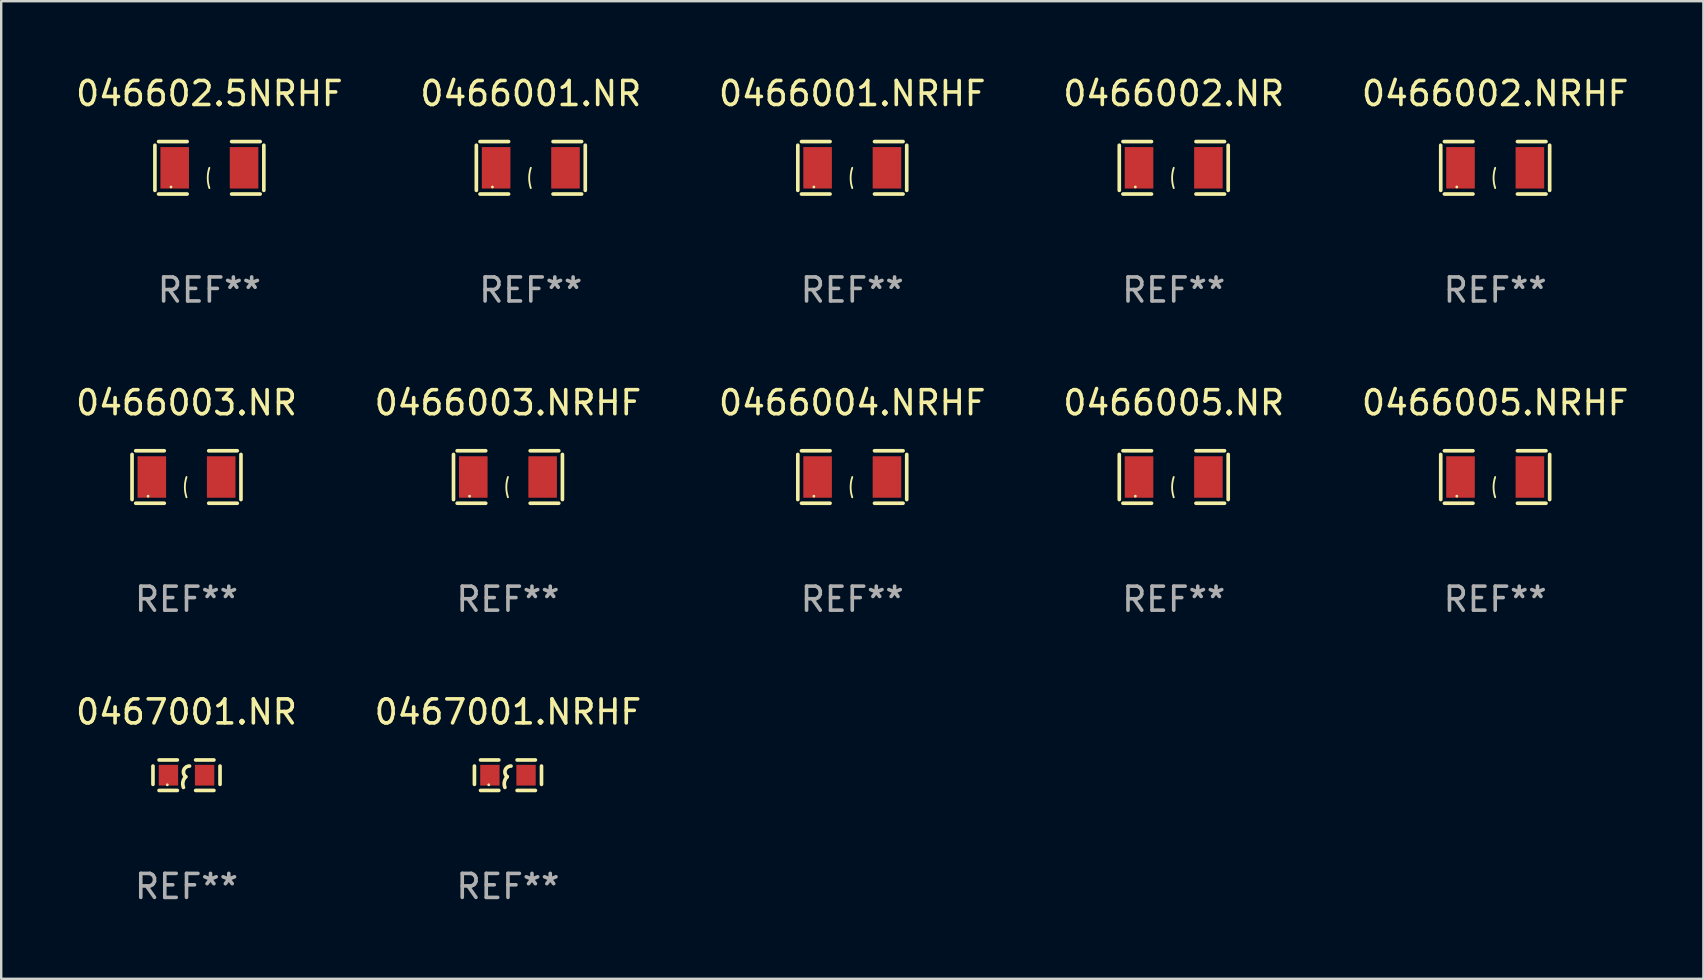
<source format=kicad_pcb>
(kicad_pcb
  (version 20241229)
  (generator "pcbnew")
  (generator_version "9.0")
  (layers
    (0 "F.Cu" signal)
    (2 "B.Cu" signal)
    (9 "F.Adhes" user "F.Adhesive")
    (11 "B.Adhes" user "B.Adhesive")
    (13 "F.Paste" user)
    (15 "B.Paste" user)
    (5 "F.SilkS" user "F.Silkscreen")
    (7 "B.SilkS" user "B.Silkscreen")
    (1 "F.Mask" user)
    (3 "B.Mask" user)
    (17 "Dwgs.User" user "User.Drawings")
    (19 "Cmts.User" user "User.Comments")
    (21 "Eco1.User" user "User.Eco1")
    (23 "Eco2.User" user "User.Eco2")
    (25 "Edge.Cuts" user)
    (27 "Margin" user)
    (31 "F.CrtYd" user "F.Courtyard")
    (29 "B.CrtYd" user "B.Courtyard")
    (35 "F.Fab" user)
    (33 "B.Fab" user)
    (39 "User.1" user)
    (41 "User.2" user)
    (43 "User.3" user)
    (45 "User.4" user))
  (footprint "0466004.NRHF"
    (layer "F.Cu")
    (at 32.458 16.823)
    (property "Reference" "0466004.NRHF" (at 0 -3.093 0) (layer "F.SilkS") (effects (font (size 1 1) (thickness 0.15))))
    (attr through_hole)
    (fp_line (start -2.269 -0.94) (end -2.269 0.94) (stroke (width 0.152) (type solid)) (layer "F.SilkS"))
    (fp_line (start -2.116 1.093) (end -0.926 1.093) (stroke (width 0.152) (type solid)) (layer "F.SilkS"))
    (fp_line (start -0.926 -1.093) (end -2.116 -1.093) (stroke (width 0.152) (type solid)) (layer "F.SilkS"))
    (fp_line (start 0.926 -1.093) (end 2.116 -1.093) (stroke (width 0.152) (type solid)) (layer "F.SilkS"))
    (fp_line (start 2.116 1.093) (end 0.926 1.093) (stroke (width 0.152) (type solid)) (layer "F.SilkS"))
    (fp_line (start 2.269 -0.94) (end 2.269 0.94) (stroke (width 0.152) (type solid)) (layer "F.SilkS"))
    (fp_arc (start 0 0.844951) (mid -0.068559 0.422475) (end 0 0) (stroke (width 0.0762) (type solid)) (layer "F.SilkS"))
    (fp_circle (center -1.6 0.8) (end -1.57 0.8) (stroke (width 0.06) (type solid)) (fill no) (layer "F.SilkS"))
    (fp_text user "REF**" (at 0 5.093 0) (layer "F.Fab") (effects (font (size 1 1) (thickness 0.15))))
    (pad "1" smd rect (at -1.445 0) (size 1.19 1.728) (layers "F.Cu" "F.Mask" "F.Paste"))
    (pad "2" smd rect (at 1.445 0) (size 1.19 1.728) (layers "F.Cu" "F.Mask" "F.Paste")))
  (footprint "0467001.NR"
    (layer "F.Cu")
    (at 4.72 29.247)
    (property "Reference" "0467001.NR" (at 0 -2.635 0) (layer "F.SilkS") (effects (font (size 1 1) (thickness 0.15))))
    (attr through_hole)
    (fp_line (start -1.397 -0.381) (end -1.397 0.381) (stroke (width 0.152) (type solid)) (layer "F.SilkS"))
    (fp_line (start -0.381 -0.635) (end -1.143 -0.635) (stroke (width 0.152) (type solid)) (layer "F.SilkS"))
    (fp_line (start -0.381 0.635) (end -1.143 0.635) (stroke (width 0.152) (type solid)) (layer "F.SilkS"))
    (fp_line (start 0.381 -0.635) (end 1.143 -0.635) (stroke (width 0.152) (type solid)) (layer "F.SilkS"))
    (fp_line (start 0.381 0.635) (end 1.143 0.635) (stroke (width 0.152) (type solid)) (layer "F.SilkS"))
    (fp_line (start 1.397 -0.381) (end 1.397 0.381) (stroke (width 0.152) (type solid)) (layer "F.SilkS"))
    (fp_arc (start -0.127 0.508001) (mid -0.146523 0.271131) (end -0.030861 0.0635) (stroke (width 0.151994) (type solid)) (layer "F.SilkS"))
    (fp_arc (start -0.03175 0.0635) (mid -0.113571 -0.216321) (end 0.127001 -0.381002) (stroke (width 0.151994) (type solid)) (layer "F.SilkS"))
    (fp_circle (center -0.8 0.4) (end -0.77 0.4) (stroke (width 0.06) (type solid)) (fill no) (layer "F.SilkS"))
    (fp_text user "REF**" (at 0 4.635 0) (layer "F.Fab") (effects (font (size 1 1) (thickness 0.15))))
    (pad "1" smd rect (at -0.753 0) (size 0.806 0.864) (layers "F.Cu" "F.Mask" "F.Paste"))
    (pad "2" smd rect (at 0.753 0) (size 0.806 0.864) (layers "F.Cu" "F.Mask" "F.Paste")))
  (footprint "0466002.NR"
    (layer "F.Cu")
    (at 45.851 3.941)
    (property "Reference" "0466002.NR" (at 0 -3.093 0) (layer "F.SilkS") (effects (font (size 1 1) (thickness 0.15))))
    (attr through_hole)
    (fp_line (start -2.269 -0.94) (end -2.269 0.94) (stroke (width 0.152) (type solid)) (layer "F.SilkS"))
    (fp_line (start -2.116 1.093) (end -0.926 1.093) (stroke (width 0.152) (type solid)) (layer "F.SilkS"))
    (fp_line (start -0.926 -1.093) (end -2.116 -1.093) (stroke (width 0.152) (type solid)) (layer "F.SilkS"))
    (fp_line (start 0.926 -1.093) (end 2.116 -1.093) (stroke (width 0.152) (type solid)) (layer "F.SilkS"))
    (fp_line (start 2.116 1.093) (end 0.926 1.093) (stroke (width 0.152) (type solid)) (layer "F.SilkS"))
    (fp_line (start 2.269 -0.94) (end 2.269 0.94) (stroke (width 0.152) (type solid)) (layer "F.SilkS"))
    (fp_arc (start 0 0.844951) (mid -0.068559 0.422475) (end 0 0) (stroke (width 0.0762) (type solid)) (layer "F.SilkS"))
    (fp_circle (center -1.6 0.8) (end -1.57 0.8) (stroke (width 0.06) (type solid)) (fill no) (layer "F.SilkS"))
    (fp_text user "REF**" (at 0 5.093 0) (layer "F.Fab") (effects (font (size 1 1) (thickness 0.15))))
    (pad "1" smd rect (at -1.445 0) (size 1.19 1.728) (layers "F.Cu" "F.Mask" "F.Paste"))
    (pad "2" smd rect (at 1.445 0) (size 1.19 1.728) (layers "F.Cu" "F.Mask" "F.Paste")))
  (footprint "0466005.NR"
    (layer "F.Cu")
    (at 45.851 16.823)
    (property "Reference" "0466005.NR" (at 0 -3.093 0) (layer "F.SilkS") (effects (font (size 1 1) (thickness 0.15))))
    (attr through_hole)
    (fp_line (start -2.269 -0.94) (end -2.269 0.94) (stroke (width 0.152) (type solid)) (layer "F.SilkS"))
    (fp_line (start -2.116 1.093) (end -0.926 1.093) (stroke (width 0.152) (type solid)) (layer "F.SilkS"))
    (fp_line (start -0.926 -1.093) (end -2.116 -1.093) (stroke (width 0.152) (type solid)) (layer "F.SilkS"))
    (fp_line (start 0.926 -1.093) (end 2.116 -1.093) (stroke (width 0.152) (type solid)) (layer "F.SilkS"))
    (fp_line (start 2.116 1.093) (end 0.926 1.093) (stroke (width 0.152) (type solid)) (layer "F.SilkS"))
    (fp_line (start 2.269 -0.94) (end 2.269 0.94) (stroke (width 0.152) (type solid)) (layer "F.SilkS"))
    (fp_arc (start 0 0.844951) (mid -0.068559 0.422475) (end 0 0) (stroke (width 0.0762) (type solid)) (layer "F.SilkS"))
    (fp_circle (center -1.6 0.8) (end -1.57 0.8) (stroke (width 0.06) (type solid)) (fill no) (layer "F.SilkS"))
    (fp_text user "REF**" (at 0 5.093 0) (layer "F.Fab") (effects (font (size 1 1) (thickness 0.15))))
    (pad "1" smd rect (at -1.445 0) (size 1.19 1.728) (layers "F.Cu" "F.Mask" "F.Paste"))
    (pad "2" smd rect (at 1.445 0) (size 1.19 1.728) (layers "F.Cu" "F.Mask" "F.Paste")))
  (footprint "046602.5NRHF"
    (layer "F.Cu")
    (at 5.673 3.941)
    (property "Reference" "046602.5NRHF" (at 0 -3.093 0) (layer "F.SilkS") (effects (font (size 1 1) (thickness 0.15))))
    (attr through_hole)
    (fp_line (start -2.269 -0.94) (end -2.269 0.94) (stroke (width 0.152) (type solid)) (layer "F.SilkS"))
    (fp_line (start -2.116 1.093) (end -0.926 1.093) (stroke (width 0.152) (type solid)) (layer "F.SilkS"))
    (fp_line (start -0.926 -1.093) (end -2.116 -1.093) (stroke (width 0.152) (type solid)) (layer "F.SilkS"))
    (fp_line (start 0.926 -1.093) (end 2.116 -1.093) (stroke (width 0.152) (type solid)) (layer "F.SilkS"))
    (fp_line (start 2.116 1.093) (end 0.926 1.093) (stroke (width 0.152) (type solid)) (layer "F.SilkS"))
    (fp_line (start 2.269 -0.94) (end 2.269 0.94) (stroke (width 0.152) (type solid)) (layer "F.SilkS"))
    (fp_arc (start 0 0.844951) (mid -0.068559 0.422475) (end 0 0) (stroke (width 0.0762) (type solid)) (layer "F.SilkS"))
    (fp_circle (center -1.6 0.8) (end -1.57 0.8) (stroke (width 0.06) (type solid)) (fill no) (layer "F.SilkS"))
    (fp_text user "REF**" (at 0 5.093 0) (layer "F.Fab") (effects (font (size 1 1) (thickness 0.15))))
    (pad "1" smd rect (at -1.445 0) (size 1.19 1.728) (layers "F.Cu" "F.Mask" "F.Paste"))
    (pad "2" smd rect (at 1.445 0) (size 1.19 1.728) (layers "F.Cu" "F.Mask" "F.Paste")))
  (footprint "0467001.NRHF"
    (layer "F.Cu")
    (at 18.113 29.247)
    (property "Reference" "0467001.NRHF" (at 0 -2.635 0) (layer "F.SilkS") (effects (font (size 1 1) (thickness 0.15))))
    (attr through_hole)
    (fp_line (start -1.397 -0.381) (end -1.397 0.381) (stroke (width 0.152) (type solid)) (layer "F.SilkS"))
    (fp_line (start -0.381 -0.635) (end -1.143 -0.635) (stroke (width 0.152) (type solid)) (layer "F.SilkS"))
    (fp_line (start -0.381 0.635) (end -1.143 0.635) (stroke (width 0.152) (type solid)) (layer "F.SilkS"))
    (fp_line (start 0.381 -0.635) (end 1.143 -0.635) (stroke (width 0.152) (type solid)) (layer "F.SilkS"))
    (fp_line (start 0.381 0.635) (end 1.143 0.635) (stroke (width 0.152) (type solid)) (layer "F.SilkS"))
    (fp_line (start 1.397 -0.381) (end 1.397 0.381) (stroke (width 0.152) (type solid)) (layer "F.SilkS"))
    (fp_arc (start -0.127 0.508001) (mid -0.146523 0.271131) (end -0.030861 0.0635) (stroke (width 0.151994) (type solid)) (layer "F.SilkS"))
    (fp_arc (start -0.03175 0.0635) (mid -0.113571 -0.216321) (end 0.127001 -0.381002) (stroke (width 0.151994) (type solid)) (layer "F.SilkS"))
    (fp_circle (center -0.8 0.4) (end -0.77 0.4) (stroke (width 0.06) (type solid)) (fill no) (layer "F.SilkS"))
    (fp_text user "REF**" (at 0 4.635 0) (layer "F.Fab") (effects (font (size 1 1) (thickness 0.15))))
    (pad "1" smd rect (at -0.753 0) (size 0.806 0.864) (layers "F.Cu" "F.Mask" "F.Paste"))
    (pad "2" smd rect (at 0.753 0) (size 0.806 0.864) (layers "F.Cu" "F.Mask" "F.Paste")))
  (footprint "0466001.NRHF"
    (layer "F.Cu")
    (at 32.458 3.941)
    (property "Reference" "0466001.NRHF" (at 0 -3.093 0) (layer "F.SilkS") (effects (font (size 1 1) (thickness 0.15))))
    (attr through_hole)
    (fp_line (start -2.269 -0.94) (end -2.269 0.94) (stroke (width 0.152) (type solid)) (layer "F.SilkS"))
    (fp_line (start -2.116 1.093) (end -0.926 1.093) (stroke (width 0.152) (type solid)) (layer "F.SilkS"))
    (fp_line (start -0.926 -1.093) (end -2.116 -1.093) (stroke (width 0.152) (type solid)) (layer "F.SilkS"))
    (fp_line (start 0.926 -1.093) (end 2.116 -1.093) (stroke (width 0.152) (type solid)) (layer "F.SilkS"))
    (fp_line (start 2.116 1.093) (end 0.926 1.093) (stroke (width 0.152) (type solid)) (layer "F.SilkS"))
    (fp_line (start 2.269 -0.94) (end 2.269 0.94) (stroke (width 0.152) (type solid)) (layer "F.SilkS"))
    (fp_arc (start 0 0.844951) (mid -0.068559 0.422475) (end 0 0) (stroke (width 0.0762) (type solid)) (layer "F.SilkS"))
    (fp_circle (center -1.6 0.8) (end -1.57 0.8) (stroke (width 0.06) (type solid)) (fill no) (layer "F.SilkS"))
    (fp_text user "REF**" (at 0 5.093 0) (layer "F.Fab") (effects (font (size 1 1) (thickness 0.15))))
    (pad "1" smd rect (at -1.445 0) (size 1.19 1.728) (layers "F.Cu" "F.Mask" "F.Paste"))
    (pad "2" smd rect (at 1.445 0) (size 1.19 1.728) (layers "F.Cu" "F.Mask" "F.Paste")))
  (footprint "0466002.NRHF"
    (layer "F.Cu")
    (at 59.244 3.941)
    (property "Reference" "0466002.NRHF" (at 0 -3.093 0) (layer "F.SilkS") (effects (font (size 1 1) (thickness 0.15))))
    (attr through_hole)
    (fp_line (start -2.269 -0.94) (end -2.269 0.94) (stroke (width 0.152) (type solid)) (layer "F.SilkS"))
    (fp_line (start -2.116 1.093) (end -0.926 1.093) (stroke (width 0.152) (type solid)) (layer "F.SilkS"))
    (fp_line (start -0.926 -1.093) (end -2.116 -1.093) (stroke (width 0.152) (type solid)) (layer "F.SilkS"))
    (fp_line (start 0.926 -1.093) (end 2.116 -1.093) (stroke (width 0.152) (type solid)) (layer "F.SilkS"))
    (fp_line (start 2.116 1.093) (end 0.926 1.093) (stroke (width 0.152) (type solid)) (layer "F.SilkS"))
    (fp_line (start 2.269 -0.94) (end 2.269 0.94) (stroke (width 0.152) (type solid)) (layer "F.SilkS"))
    (fp_arc (start 0 0.844951) (mid -0.068559 0.422475) (end 0 0) (stroke (width 0.0762) (type solid)) (layer "F.SilkS"))
    (fp_circle (center -1.6 0.8) (end -1.57 0.8) (stroke (width 0.06) (type solid)) (fill no) (layer "F.SilkS"))
    (fp_text user "REF**" (at 0 5.093 0) (layer "F.Fab") (effects (font (size 1 1) (thickness 0.15))))
    (pad "1" smd rect (at -1.445 0) (size 1.19 1.728) (layers "F.Cu" "F.Mask" "F.Paste"))
    (pad "2" smd rect (at 1.445 0) (size 1.19 1.728) (layers "F.Cu" "F.Mask" "F.Paste")))
  (footprint "0466003.NRHF"
    (layer "F.Cu")
    (at 18.113 16.823)
    (property "Reference" "0466003.NRHF" (at 0 -3.093 0) (layer "F.SilkS") (effects (font (size 1 1) (thickness 0.15))))
    (attr through_hole)
    (fp_line (start -2.269 -0.94) (end -2.269 0.94) (stroke (width 0.152) (type solid)) (layer "F.SilkS"))
    (fp_line (start -2.116 1.093) (end -0.926 1.093) (stroke (width 0.152) (type solid)) (layer "F.SilkS"))
    (fp_line (start -0.926 -1.093) (end -2.116 -1.093) (stroke (width 0.152) (type solid)) (layer "F.SilkS"))
    (fp_line (start 0.926 -1.093) (end 2.116 -1.093) (stroke (width 0.152) (type solid)) (layer "F.SilkS"))
    (fp_line (start 2.116 1.093) (end 0.926 1.093) (stroke (width 0.152) (type solid)) (layer "F.SilkS"))
    (fp_line (start 2.269 -0.94) (end 2.269 0.94) (stroke (width 0.152) (type solid)) (layer "F.SilkS"))
    (fp_arc (start 0 0.844951) (mid -0.068559 0.422475) (end 0 0) (stroke (width 0.0762) (type solid)) (layer "F.SilkS"))
    (fp_circle (center -1.6 0.8) (end -1.57 0.8) (stroke (width 0.06) (type solid)) (fill no) (layer "F.SilkS"))
    (fp_text user "REF**" (at 0 5.093 0) (layer "F.Fab") (effects (font (size 1 1) (thickness 0.15))))
    (pad "1" smd rect (at -1.445 0) (size 1.19 1.728) (layers "F.Cu" "F.Mask" "F.Paste"))
    (pad "2" smd rect (at 1.445 0) (size 1.19 1.728) (layers "F.Cu" "F.Mask" "F.Paste")))
  (footprint "0466003.NR"
    (layer "F.Cu")
    (at 4.72 16.823)
    (property "Reference" "0466003.NR" (at 0 -3.093 0) (layer "F.SilkS") (effects (font (size 1 1) (thickness 0.15))))
    (attr through_hole)
    (fp_line (start -2.269 -0.94) (end -2.269 0.94) (stroke (width 0.152) (type solid)) (layer "F.SilkS"))
    (fp_line (start -2.116 1.093) (end -0.926 1.093) (stroke (width 0.152) (type solid)) (layer "F.SilkS"))
    (fp_line (start -0.926 -1.093) (end -2.116 -1.093) (stroke (width 0.152) (type solid)) (layer "F.SilkS"))
    (fp_line (start 0.926 -1.093) (end 2.116 -1.093) (stroke (width 0.152) (type solid)) (layer "F.SilkS"))
    (fp_line (start 2.116 1.093) (end 0.926 1.093) (stroke (width 0.152) (type solid)) (layer "F.SilkS"))
    (fp_line (start 2.269 -0.94) (end 2.269 0.94) (stroke (width 0.152) (type solid)) (layer "F.SilkS"))
    (fp_arc (start 0 0.844951) (mid -0.068559 0.422475) (end 0 0) (stroke (width 0.0762) (type solid)) (layer "F.SilkS"))
    (fp_circle (center -1.6 0.8) (end -1.57 0.8) (stroke (width 0.06) (type solid)) (fill no) (layer "F.SilkS"))
    (fp_text user "REF**" (at 0 5.093 0) (layer "F.Fab") (effects (font (size 1 1) (thickness 0.15))))
    (pad "1" smd rect (at -1.445 0) (size 1.19 1.728) (layers "F.Cu" "F.Mask" "F.Paste"))
    (pad "2" smd rect (at 1.445 0) (size 1.19 1.728) (layers "F.Cu" "F.Mask" "F.Paste")))
  (footprint "0466005.NRHF"
    (layer "F.Cu")
    (at 59.244 16.823)
    (property "Reference" "0466005.NRHF" (at 0 -3.093 0) (layer "F.SilkS") (effects (font (size 1 1) (thickness 0.15))))
    (attr through_hole)
    (fp_line (start -2.269 -0.94) (end -2.269 0.94) (stroke (width 0.152) (type solid)) (layer "F.SilkS"))
    (fp_line (start -2.116 1.093) (end -0.926 1.093) (stroke (width 0.152) (type solid)) (layer "F.SilkS"))
    (fp_line (start -0.926 -1.093) (end -2.116 -1.093) (stroke (width 0.152) (type solid)) (layer "F.SilkS"))
    (fp_line (start 0.926 -1.093) (end 2.116 -1.093) (stroke (width 0.152) (type solid)) (layer "F.SilkS"))
    (fp_line (start 2.116 1.093) (end 0.926 1.093) (stroke (width 0.152) (type solid)) (layer "F.SilkS"))
    (fp_line (start 2.269 -0.94) (end 2.269 0.94) (stroke (width 0.152) (type solid)) (layer "F.SilkS"))
    (fp_arc (start 0 0.844951) (mid -0.068559 0.422475) (end 0 0) (stroke (width 0.0762) (type solid)) (layer "F.SilkS"))
    (fp_circle (center -1.6 0.8) (end -1.57 0.8) (stroke (width 0.06) (type solid)) (fill no) (layer "F.SilkS"))
    (fp_text user "REF**" (at 0 5.093 0) (layer "F.Fab") (effects (font (size 1 1) (thickness 0.15))))
    (pad "1" smd rect (at -1.445 0) (size 1.19 1.728) (layers "F.Cu" "F.Mask" "F.Paste"))
    (pad "2" smd rect (at 1.445 0) (size 1.19 1.728) (layers "F.Cu" "F.Mask" "F.Paste")))
  (footprint "0466001.NR"
    (layer "F.Cu")
    (at 19.065 3.941)
    (property "Reference" "0466001.NR" (at 0 -3.093 0) (layer "F.SilkS") (effects (font (size 1 1) (thickness 0.15))))
    (attr through_hole)
    (fp_line (start -2.269 -0.94) (end -2.269 0.94) (stroke (width 0.152) (type solid)) (layer "F.SilkS"))
    (fp_line (start -2.116 1.093) (end -0.926 1.093) (stroke (width 0.152) (type solid)) (layer "F.SilkS"))
    (fp_line (start -0.926 -1.093) (end -2.116 -1.093) (stroke (width 0.152) (type solid)) (layer "F.SilkS"))
    (fp_line (start 0.926 -1.093) (end 2.116 -1.093) (stroke (width 0.152) (type solid)) (layer "F.SilkS"))
    (fp_line (start 2.116 1.093) (end 0.926 1.093) (stroke (width 0.152) (type solid)) (layer "F.SilkS"))
    (fp_line (start 2.269 -0.94) (end 2.269 0.94) (stroke (width 0.152) (type solid)) (layer "F.SilkS"))
    (fp_arc (start 0 0.844951) (mid -0.068559 0.422475) (end 0 0) (stroke (width 0.0762) (type solid)) (layer "F.SilkS"))
    (fp_circle (center -1.6 0.8) (end -1.57 0.8) (stroke (width 0.06) (type solid)) (fill no) (layer "F.SilkS"))
    (fp_text user "REF**" (at 0 5.093 0) (layer "F.Fab") (effects (font (size 1 1) (thickness 0.15))))
    (pad "1" smd rect (at -1.445 0) (size 1.19 1.728) (layers "F.Cu" "F.Mask" "F.Paste"))
    (pad "2" smd rect (at 1.445 0) (size 1.19 1.728) (layers "F.Cu" "F.Mask" "F.Paste")))
  (gr_rect
    (start -3 -3)
    (end 67.917 37.73)
    (stroke (width 0.1) (type default))
    (fill no)
    (layer "Edge.Cuts")))
</source>
